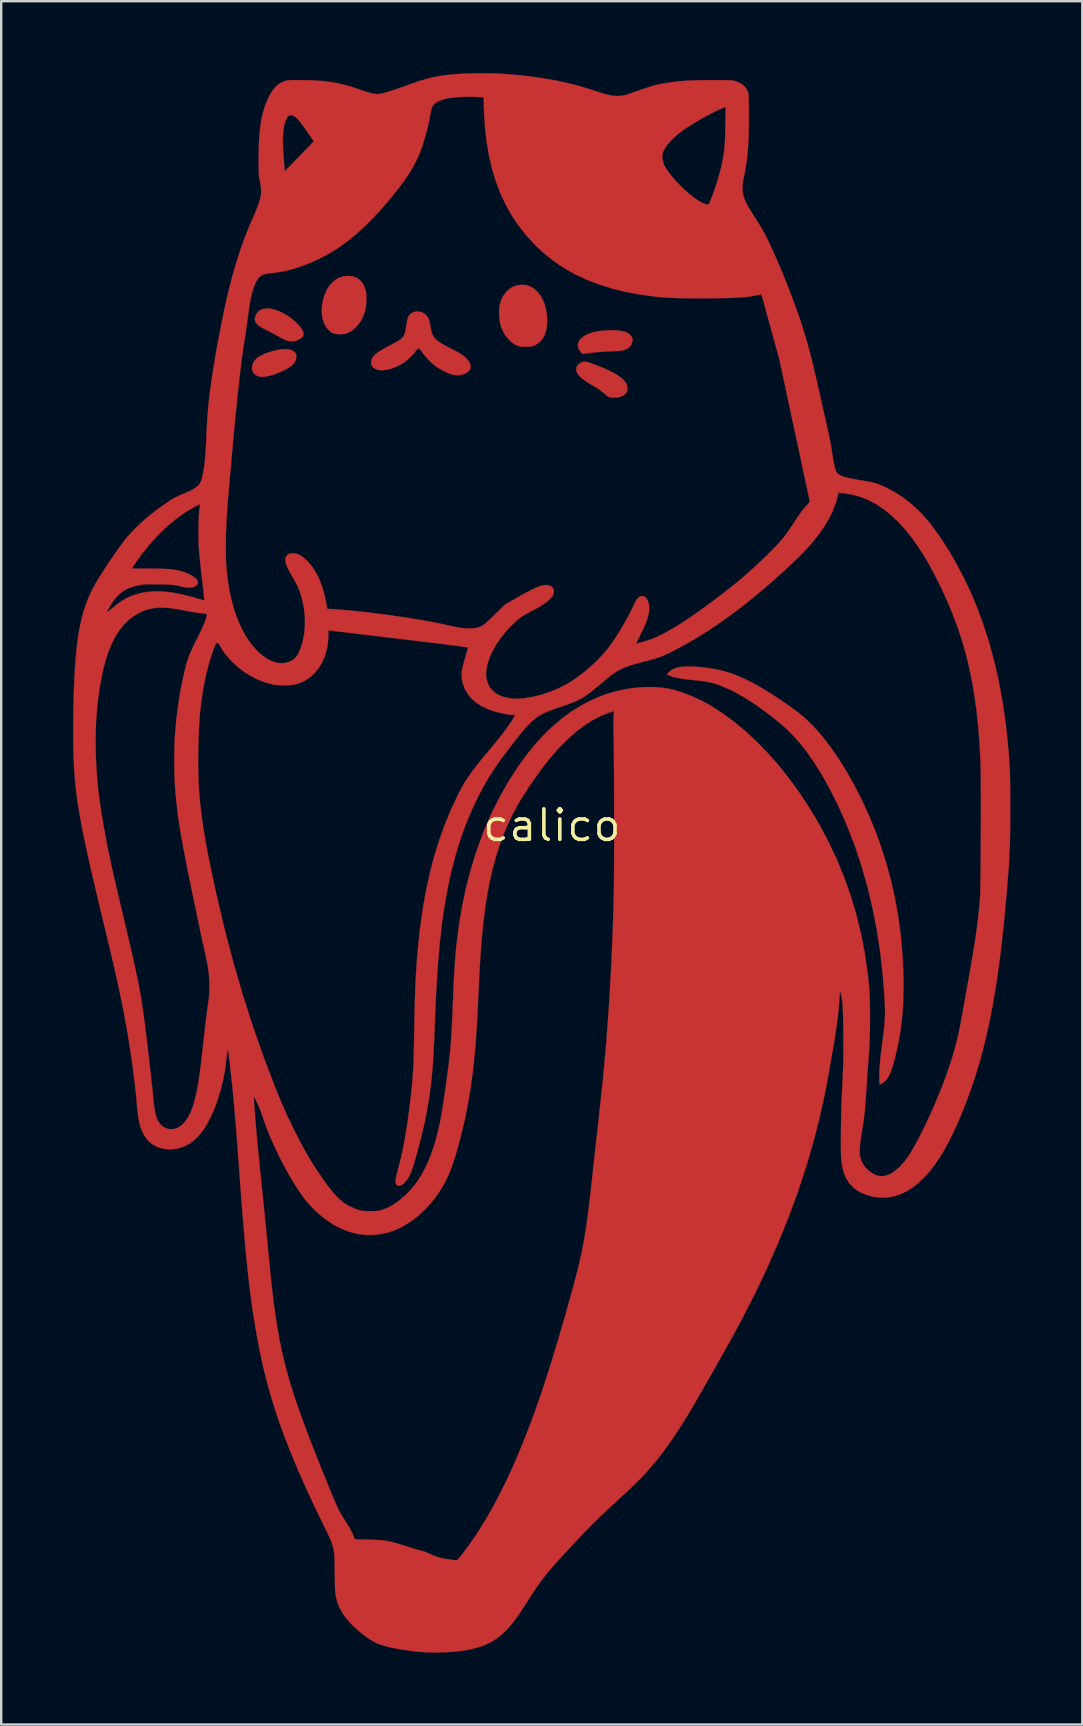
<source format=kicad_pcb>
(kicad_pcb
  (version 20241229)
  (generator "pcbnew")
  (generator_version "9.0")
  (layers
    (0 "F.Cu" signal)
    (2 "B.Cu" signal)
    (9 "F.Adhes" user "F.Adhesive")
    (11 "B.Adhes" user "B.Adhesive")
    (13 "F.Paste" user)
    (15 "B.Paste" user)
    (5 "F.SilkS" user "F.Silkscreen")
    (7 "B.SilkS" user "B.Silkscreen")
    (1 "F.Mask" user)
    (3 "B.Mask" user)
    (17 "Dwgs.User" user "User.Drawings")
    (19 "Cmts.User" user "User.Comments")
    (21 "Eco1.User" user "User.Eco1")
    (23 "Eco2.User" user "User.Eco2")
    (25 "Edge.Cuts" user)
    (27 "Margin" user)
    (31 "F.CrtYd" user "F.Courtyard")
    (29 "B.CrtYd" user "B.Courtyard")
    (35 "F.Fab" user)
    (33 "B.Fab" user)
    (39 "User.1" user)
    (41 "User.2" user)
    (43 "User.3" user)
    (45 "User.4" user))
  (footprint "calico"
    (layer "F.Cu")
    (at 19.949 31.35)
    (property "Reference" "calico" (at 0 0 0) (layer "F.SilkS") (effects (font (size 1.27 1.27) (thickness 0.15))))
    (attr through_hole)
    (fp_poly (pts (xy -11.034 -19.848) (xy -10.887 -19.824) (xy -10.775 -19.776) (xy -10.697 -19.705) (xy -10.655 -19.612) (xy -10.647 -19.534) (xy -10.665 -19.416) (xy -10.717 -19.306) (xy -10.805 -19.201) (xy -10.932 -19.1) (xy -11.099 -19) (xy -11.183 -18.957) (xy -11.404 -18.858) (xy -11.613 -18.782) (xy -11.807 -18.729) (xy -11.98 -18.701) (xy -12.129 -18.699) (xy -12.206 -18.71) (xy -12.27 -18.733) (xy -12.337 -18.767) (xy -12.343 -18.77) (xy -12.425 -18.843) (xy -12.475 -18.938) (xy -12.496 -19.046) (xy -12.486 -19.161) (xy -12.448 -19.275) (xy -12.381 -19.383) (xy -12.287 -19.476) (xy -12.276 -19.485) (xy -12.121 -19.581) (xy -11.938 -19.667) (xy -11.736 -19.74) (xy -11.527 -19.797) (xy -11.321 -19.835) (xy -11.131 -19.851) (xy -11.034 -19.848)) (stroke (width 0.01) (type solid)) (fill yes) (layer "F.Cu"))
    (fp_poly (pts (xy 2.718 -20.63) (xy 2.905 -20.608) (xy 3.058 -20.569) (xy 3.179 -20.514) (xy 3.271 -20.44) (xy 3.322 -20.374) (xy 3.36 -20.276) (xy 3.361 -20.17) (xy 3.328 -20.064) (xy 3.265 -19.967) (xy 3.178 -19.891) (xy 3.115 -19.853) (xy 3.05 -19.824) (xy 2.976 -19.802) (xy 2.885 -19.786) (xy 2.772 -19.774) (xy 2.629 -19.767) (xy 2.477 -19.761) (xy 2.292 -19.754) (xy 2.087 -19.74) (xy 1.876 -19.722) (xy 1.67 -19.701) (xy 1.481 -19.678) (xy 1.329 -19.654) (xy 1.284 -19.656) (xy 1.242 -19.683) (xy 1.215 -19.712) (xy 1.132 -19.834) (xy 1.09 -19.952) (xy 1.086 -20.064) (xy 1.119 -20.171) (xy 1.187 -20.27) (xy 1.288 -20.359) (xy 1.421 -20.439) (xy 1.583 -20.507) (xy 1.774 -20.562) (xy 1.99 -20.603) (xy 2.231 -20.629) (xy 2.493 -20.637) (xy 2.718 -20.63)) (stroke (width 0.01) (type solid)) (fill yes) (layer "F.Cu"))
    (fp_poly (pts (xy -11.666 -21.525) (xy -11.591 -21.507) (xy -11.421 -21.45) (xy -11.248 -21.373) (xy -11.079 -21.279) (xy -10.916 -21.173) (xy -10.766 -21.058) (xy -10.632 -20.939) (xy -10.518 -20.819) (xy -10.431 -20.701) (xy -10.373 -20.59) (xy -10.351 -20.489) (xy -10.351 -20.481) (xy -10.357 -20.423) (xy -10.38 -20.376) (xy -10.43 -20.322) (xy -10.431 -20.321) (xy -10.534 -20.249) (xy -10.662 -20.199) (xy -10.8 -20.175) (xy -10.935 -20.179) (xy -10.975 -20.187) (xy -11.056 -20.214) (xy -11.162 -20.26) (xy -11.285 -20.32) (xy -11.415 -20.39) (xy -11.441 -20.405) (xy -11.535 -20.457) (xy -11.652 -20.52) (xy -11.779 -20.585) (xy -11.9 -20.646) (xy -11.91 -20.651) (xy -12.081 -20.742) (xy -12.212 -20.829) (xy -12.304 -20.915) (xy -12.359 -21.003) (xy -12.379 -21.096) (xy -12.364 -21.197) (xy -12.318 -21.307) (xy -12.305 -21.33) (xy -12.227 -21.427) (xy -12.12 -21.495) (xy -11.988 -21.535) (xy -11.835 -21.546) (xy -11.666 -21.525)) (stroke (width 0.01) (type solid)) (fill yes) (layer "F.Cu"))
    (fp_poly (pts (xy -8.299 -22.883) (xy -8.144 -22.828) (xy -8.011 -22.737) (xy -7.9 -22.613) (xy -7.814 -22.456) (xy -7.754 -22.27) (xy -7.746 -22.23) (xy -7.734 -22.13) (xy -7.729 -22.001) (xy -7.732 -21.858) (xy -7.74 -21.713) (xy -7.755 -21.579) (xy -7.774 -21.47) (xy -7.779 -21.452) (xy -7.853 -21.238) (xy -7.954 -21.039) (xy -8.077 -20.862) (xy -8.218 -20.712) (xy -8.373 -20.596) (xy -8.441 -20.559) (xy -8.52 -20.521) (xy -8.585 -20.497) (xy -8.649 -20.484) (xy -8.729 -20.477) (xy -8.803 -20.475) (xy -8.934 -20.475) (xy -9.032 -20.485) (xy -9.096 -20.502) (xy -9.16 -20.534) (xy -9.236 -20.585) (xy -9.291 -20.63) (xy -9.401 -20.756) (xy -9.485 -20.91) (xy -9.544 -21.087) (xy -9.579 -21.28) (xy -9.589 -21.484) (xy -9.574 -21.694) (xy -9.536 -21.904) (xy -9.474 -22.108) (xy -9.389 -22.3) (xy -9.281 -22.476) (xy -9.183 -22.596) (xy -9.034 -22.73) (xy -8.871 -22.824) (xy -8.692 -22.881) (xy -8.493 -22.902) (xy -8.473 -22.902) (xy -8.299 -22.883)) (stroke (width 0.01) (type solid)) (fill yes) (layer "F.Cu"))
    (fp_poly (pts (xy -1.044 -22.512) (xy -0.875 -22.45) (xy -0.716 -22.348) (xy -0.595 -22.233) (xy -0.451 -22.045) (xy -0.339 -21.828) (xy -0.258 -21.585) (xy -0.21 -21.316) (xy -0.197 -21.135) (xy -0.201 -20.878) (xy -0.234 -20.65) (xy -0.296 -20.451) (xy -0.387 -20.284) (xy -0.505 -20.147) (xy -0.652 -20.041) (xy -0.69 -20.021) (xy -0.76 -19.989) (xy -0.819 -19.968) (xy -0.884 -19.956) (xy -0.967 -19.95) (xy -1.044 -19.947) (xy -1.145 -19.946) (xy -1.24 -19.95) (xy -1.315 -19.956) (xy -1.342 -19.961) (xy -1.503 -20.023) (xy -1.658 -20.121) (xy -1.801 -20.252) (xy -1.929 -20.41) (xy -2.037 -20.591) (xy -2.119 -20.788) (xy -2.138 -20.85) (xy -2.165 -20.971) (xy -2.185 -21.118) (xy -2.196 -21.276) (xy -2.199 -21.432) (xy -2.193 -21.571) (xy -2.181 -21.658) (xy -2.122 -21.87) (xy -2.034 -22.058) (xy -1.918 -22.218) (xy -1.903 -22.234) (xy -1.773 -22.354) (xy -1.637 -22.44) (xy -1.481 -22.497) (xy -1.413 -22.513) (xy -1.224 -22.533) (xy -1.044 -22.512)) (stroke (width 0.01) (type solid)) (fill yes) (layer "F.Cu"))
    (fp_poly (pts (xy 1.416 -19.32) (xy 1.503 -19.302) (xy 1.611 -19.27) (xy 1.744 -19.223) (xy 1.907 -19.16) (xy 2.064 -19.097) (xy 2.334 -18.981) (xy 2.563 -18.867) (xy 2.752 -18.756) (xy 2.904 -18.645) (xy 3.018 -18.535) (xy 3.097 -18.423) (xy 3.142 -18.309) (xy 3.154 -18.207) (xy 3.139 -18.102) (xy 3.092 -18.015) (xy 3.008 -17.941) (xy 2.935 -17.898) (xy 2.862 -17.865) (xy 2.795 -17.844) (xy 2.716 -17.833) (xy 2.628 -17.828) (xy 2.511 -17.828) (xy 2.427 -17.837) (xy 2.375 -17.853) (xy 2.326 -17.883) (xy 2.261 -17.933) (xy 2.19 -17.995) (xy 2.174 -18.011) (xy 2.078 -18.092) (xy 1.952 -18.181) (xy 1.807 -18.271) (xy 1.784 -18.284) (xy 1.571 -18.41) (xy 1.395 -18.526) (xy 1.255 -18.631) (xy 1.149 -18.729) (xy 1.075 -18.821) (xy 1.03 -18.909) (xy 1.013 -18.996) (xy 1.012 -19.006) (xy 1.026 -19.095) (xy 1.074 -19.174) (xy 1.159 -19.251) (xy 1.18 -19.266) (xy 1.232 -19.296) (xy 1.285 -19.316) (xy 1.345 -19.324) (xy 1.416 -19.32)) (stroke (width 0.01) (type solid)) (fill yes) (layer "F.Cu"))
    (fp_poly (pts (xy -5.535 -21.415) (xy -5.41 -21.38) (xy -5.296 -21.314) (xy -5.2 -21.222) (xy -5.129 -21.106) (xy -5.113 -21.062) (xy -5.096 -20.998) (xy -5.077 -20.908) (xy -5.058 -20.805) (xy -5.05 -20.749) (xy -5.026 -20.617) (xy -4.993 -20.503) (xy -4.948 -20.403) (xy -4.886 -20.313) (xy -4.803 -20.229) (xy -4.696 -20.146) (xy -4.561 -20.06) (xy -4.392 -19.967) (xy -4.233 -19.886) (xy -4.066 -19.801) (xy -3.93 -19.729) (xy -3.822 -19.667) (xy -3.734 -19.61) (xy -3.66 -19.555) (xy -3.594 -19.499) (xy -3.57 -19.477) (xy -3.468 -19.359) (xy -3.406 -19.245) (xy -3.383 -19.137) (xy -3.4 -19.036) (xy -3.457 -18.945) (xy -3.554 -18.867) (xy -3.605 -18.839) (xy -3.771 -18.78) (xy -3.946 -18.762) (xy -4.125 -18.783) (xy -4.137 -18.786) (xy -4.261 -18.827) (xy -4.405 -18.888) (xy -4.557 -18.963) (xy -4.705 -19.047) (xy -4.835 -19.133) (xy -4.861 -19.153) (xy -5.044 -19.307) (xy -5.217 -19.484) (xy -5.367 -19.669) (xy -5.41 -19.73) (xy -5.471 -19.816) (xy -5.521 -19.864) (xy -5.565 -19.875) (xy -5.61 -19.849) (xy -5.662 -19.788) (xy -5.682 -19.76) (xy -5.77 -19.649) (xy -5.884 -19.529) (xy -6.013 -19.411) (xy -6.144 -19.307) (xy -6.258 -19.231) (xy -6.444 -19.133) (xy -6.627 -19.058) (xy -6.802 -19.006) (xy -6.966 -18.977) (xy -7.116 -18.971) (xy -7.248 -18.986) (xy -7.359 -19.023) (xy -7.445 -19.082) (xy -7.503 -19.163) (xy -7.529 -19.264) (xy -7.529 -19.33) (xy -7.514 -19.41) (xy -7.482 -19.485) (xy -7.429 -19.559) (xy -7.352 -19.635) (xy -7.248 -19.714) (xy -7.114 -19.801) (xy -6.947 -19.897) (xy -6.751 -20.002) (xy -6.628 -20.067) (xy -6.512 -20.132) (xy -6.41 -20.192) (xy -6.33 -20.242) (xy -6.281 -20.278) (xy -6.279 -20.279) (xy -6.215 -20.346) (xy -6.164 -20.424) (xy -6.125 -20.519) (xy -6.095 -20.641) (xy -6.069 -20.797) (xy -6.066 -20.824) (xy -6.041 -20.985) (xy -6.013 -21.11) (xy -5.978 -21.205) (xy -5.933 -21.277) (xy -5.875 -21.332) (xy -5.8 -21.375) (xy -5.789 -21.381) (xy -5.664 -21.416) (xy -5.535 -21.415)) (stroke (width 0.01) (type solid)) (fill yes) (layer "F.Cu"))
    (fp_poly (pts (xy 5.889 -6.62) (xy 6.155 -6.602) (xy 6.255 -6.593) (xy 6.568 -6.555) (xy 6.871 -6.502) (xy 7.168 -6.431) (xy 7.463 -6.341) (xy 7.759 -6.23) (xy 8.063 -6.096) (xy 8.376 -5.938) (xy 8.705 -5.754) (xy 9.053 -5.542) (xy 9.424 -5.301) (xy 9.493 -5.254) (xy 9.725 -5.096) (xy 9.926 -4.956) (xy 10.101 -4.83) (xy 10.255 -4.713) (xy 10.393 -4.603) (xy 10.521 -4.495) (xy 10.604 -4.421) (xy 10.882 -4.151) (xy 11.161 -3.842) (xy 11.441 -3.497) (xy 11.718 -3.12) (xy 11.992 -2.714) (xy 12.26 -2.282) (xy 12.521 -1.828) (xy 12.772 -1.354) (xy 13.011 -0.865) (xy 13.237 -0.363) (xy 13.448 0.149) (xy 13.642 0.667) (xy 13.705 0.848) (xy 13.937 1.576) (xy 14.134 2.301) (xy 14.299 3.03) (xy 14.431 3.767) (xy 14.533 4.52) (xy 14.605 5.292) (xy 14.647 6.076) (xy 14.658 6.726) (xy 14.643 7.346) (xy 14.603 7.941) (xy 14.536 8.513) (xy 14.443 9.067) (xy 14.322 9.608) (xy 14.267 9.817) (xy 14.206 10.03) (xy 14.148 10.206) (xy 14.091 10.35) (xy 14.033 10.466) (xy 13.971 10.56) (xy 13.926 10.615) (xy 13.867 10.671) (xy 13.799 10.724) (xy 13.734 10.767) (xy 13.682 10.792) (xy 13.665 10.795) (xy 13.66 10.775) (xy 13.655 10.723) (xy 13.65 10.648) (xy 13.649 10.61) (xy 13.647 10.408) (xy 13.655 10.177) (xy 13.674 9.914) (xy 13.703 9.617) (xy 13.743 9.282) (xy 13.757 9.176) (xy 13.793 8.907) (xy 13.822 8.674) (xy 13.845 8.47) (xy 13.862 8.288) (xy 13.875 8.122) (xy 13.882 7.964) (xy 13.885 7.81) (xy 13.884 7.652) (xy 13.879 7.483) (xy 13.87 7.298) (xy 13.864 7.183) (xy 13.791 6.22) (xy 13.684 5.275) (xy 13.542 4.351) (xy 13.366 3.448) (xy 13.156 2.566) (xy 12.912 1.708) (xy 12.635 0.873) (xy 12.324 0.063) (xy 11.981 -0.721) (xy 11.854 -0.987) (xy 11.57 -1.545) (xy 11.281 -2.062) (xy 10.988 -2.538) (xy 10.691 -2.973) (xy 10.389 -3.367) (xy 10.083 -3.719) (xy 9.774 -4.029) (xy 9.721 -4.076) (xy 9.602 -4.181) (xy 9.455 -4.303) (xy 9.289 -4.437) (xy 9.112 -4.576) (xy 8.93 -4.715) (xy 8.753 -4.847) (xy 8.678 -4.901) (xy 8.34 -5.134) (xy 8.003 -5.344) (xy 7.671 -5.531) (xy 7.35 -5.69) (xy 7.045 -5.819) (xy 6.802 -5.904) (xy 6.683 -5.938) (xy 6.559 -5.967) (xy 6.422 -5.993) (xy 6.266 -6.016) (xy 6.082 -6.039) (xy 5.865 -6.061) (xy 5.831 -6.065) (xy 5.697 -6.079) (xy 5.562 -6.094) (xy 5.44 -6.11) (xy 5.341 -6.124) (xy 5.302 -6.131) (xy 5.207 -6.151) (xy 5.106 -6.177) (xy 5.007 -6.206) (xy 4.92 -6.234) (xy 4.852 -6.26) (xy 4.812 -6.28) (xy 4.805 -6.289) (xy 4.821 -6.324) (xy 4.864 -6.373) (xy 4.923 -6.427) (xy 4.99 -6.478) (xy 5.036 -6.506) (xy 5.153 -6.556) (xy 5.293 -6.593) (xy 5.461 -6.615) (xy 5.658 -6.624) (xy 5.889 -6.62)) (stroke (width 0.01) (type solid)) (fill yes) (layer "F.Cu"))
    (fp_poly (pts (xy -2.51 -31.341) (xy -2.174 -31.329) (xy -1.835 -31.307) (xy -1.481 -31.277) (xy -1.323 -31.261) (xy -0.773 -31.197) (xy -0.257 -31.121) (xy 0.232 -31.033) (xy 0.701 -30.929) (xy 1.156 -30.811) (xy 1.604 -30.675) (xy 1.743 -30.629) (xy 1.966 -30.555) (xy 2.156 -30.498) (xy 2.319 -30.455) (xy 2.461 -30.425) (xy 2.587 -30.407) (xy 2.703 -30.399) (xy 2.806 -30.401) (xy 2.884 -30.406) (xy 2.956 -30.416) (xy 3.031 -30.432) (xy 3.119 -30.456) (xy 3.229 -30.492) (xy 3.345 -30.532) (xy 3.559 -30.607) (xy 3.738 -30.668) (xy 3.886 -30.719) (xy 4.009 -30.76) (xy 4.112 -30.793) (xy 4.199 -30.819) (xy 4.276 -30.841) (xy 4.347 -30.858) (xy 4.417 -30.874) (xy 4.491 -30.888) (xy 4.498 -30.89) (xy 4.723 -30.931) (xy 4.938 -30.966) (xy 5.149 -30.994) (xy 5.363 -31.017) (xy 5.586 -31.034) (xy 5.825 -31.047) (xy 6.088 -31.055) (xy 6.379 -31.06) (xy 6.678 -31.061) (xy 6.89 -31.061) (xy 7.065 -31.061) (xy 7.206 -31.06) (xy 7.318 -31.058) (xy 7.407 -31.055) (xy 7.475 -31.051) (xy 7.529 -31.045) (xy 7.572 -31.038) (xy 7.609 -31.029) (xy 7.63 -31.023) (xy 7.809 -30.955) (xy 7.951 -30.87) (xy 8.062 -30.765) (xy 8.144 -30.638) (xy 8.153 -30.618) (xy 8.166 -30.59) (xy 8.175 -30.563) (xy 8.184 -30.532) (xy 8.19 -30.492) (xy 8.195 -30.439) (xy 8.199 -30.369) (xy 8.202 -30.278) (xy 8.204 -30.161) (xy 8.206 -30.013) (xy 8.208 -29.832) (xy 8.209 -29.654) (xy 8.209 -29.231) (xy 8.203 -28.844) (xy 8.19 -28.49) (xy 8.169 -28.164) (xy 8.141 -27.861) (xy 8.104 -27.576) (xy 8.059 -27.305) (xy 8.013 -27.077) (xy 7.974 -26.884) (xy 7.95 -26.714) (xy 7.941 -26.558) (xy 7.949 -26.411) (xy 7.976 -26.267) (xy 8.023 -26.12) (xy 8.091 -25.963) (xy 8.182 -25.791) (xy 8.298 -25.596) (xy 8.402 -25.431) (xy 8.53 -25.232) (xy 8.637 -25.06) (xy 8.729 -24.908) (xy 8.81 -24.768) (xy 8.883 -24.633) (xy 8.954 -24.495) (xy 9.027 -24.347) (xy 9.06 -24.277) (xy 9.199 -23.977) (xy 9.346 -23.648) (xy 9.495 -23.302) (xy 9.641 -22.951) (xy 9.78 -22.607) (xy 9.88 -22.352) (xy 10.006 -22.02) (xy 10.121 -21.711) (xy 10.227 -21.419) (xy 10.324 -21.139) (xy 10.415 -20.868) (xy 10.501 -20.599) (xy 10.583 -20.327) (xy 10.662 -20.049) (xy 10.741 -19.759) (xy 10.819 -19.452) (xy 10.9 -19.124) (xy 10.984 -18.769) (xy 11.073 -18.382) (xy 11.168 -17.959) (xy 11.175 -17.928) (xy 11.222 -17.719) (xy 11.272 -17.494) (xy 11.324 -17.263) (xy 11.376 -17.036) (xy 11.424 -16.824) (xy 11.466 -16.638) (xy 11.483 -16.563) (xy 11.522 -16.389) (xy 11.559 -16.21) (xy 11.595 -16.034) (xy 11.625 -15.872) (xy 11.649 -15.734) (xy 11.663 -15.642) (xy 11.7 -15.392) (xy 11.735 -15.182) (xy 11.771 -15.01) (xy 11.807 -14.873) (xy 11.843 -14.771) (xy 11.881 -14.699) (xy 11.9 -14.675) (xy 11.956 -14.627) (xy 12.033 -14.583) (xy 12.134 -14.542) (xy 12.263 -14.502) (xy 12.423 -14.464) (xy 12.618 -14.426) (xy 12.85 -14.387) (xy 12.939 -14.373) (xy 13.133 -14.342) (xy 13.295 -14.311) (xy 13.437 -14.276) (xy 13.568 -14.235) (xy 13.7 -14.185) (xy 13.843 -14.122) (xy 13.938 -14.078) (xy 14.323 -13.871) (xy 14.689 -13.63) (xy 15.036 -13.353) (xy 15.367 -13.039) (xy 15.683 -12.686) (xy 15.893 -12.418) (xy 16.229 -11.943) (xy 16.555 -11.434) (xy 16.867 -10.896) (xy 17.162 -10.336) (xy 17.436 -9.761) (xy 17.685 -9.177) (xy 17.69 -9.165) (xy 17.974 -8.402) (xy 18.227 -7.611) (xy 18.449 -6.792) (xy 18.639 -5.944) (xy 18.798 -5.067) (xy 18.925 -4.163) (xy 19.021 -3.23) (xy 19.027 -3.154) (xy 19.042 -2.964) (xy 19.055 -2.79) (xy 19.067 -2.627) (xy 19.076 -2.469) (xy 19.083 -2.311) (xy 19.089 -2.149) (xy 19.094 -1.977) (xy 19.098 -1.79) (xy 19.1 -1.583) (xy 19.102 -1.35) (xy 19.103 -1.087) (xy 19.103 -0.788) (xy 19.103 -0.699) (xy 19.103 -0.384) (xy 19.102 -0.099) (xy 19.1 0.161) (xy 19.097 0.402) (xy 19.092 0.629) (xy 19.086 0.847) (xy 19.077 1.062) (xy 19.067 1.278) (xy 19.054 1.501) (xy 19.039 1.737) (xy 19.02 1.99) (xy 18.999 2.265) (xy 18.974 2.569) (xy 18.945 2.905) (xy 18.922 3.175) (xy 18.846 3.989) (xy 18.765 4.763) (xy 18.677 5.501) (xy 18.582 6.204) (xy 18.479 6.875) (xy 18.368 7.517) (xy 18.249 8.133) (xy 18.12 8.724) (xy 17.981 9.293) (xy 17.832 9.844) (xy 17.672 10.378) (xy 17.501 10.898) (xy 17.318 11.407) (xy 17.122 11.907) (xy 16.939 12.34) (xy 16.737 12.785) (xy 16.536 13.19) (xy 16.336 13.557) (xy 16.133 13.888) (xy 15.928 14.186) (xy 15.718 14.452) (xy 15.502 14.688) (xy 15.279 14.897) (xy 15.085 15.053) (xy 14.818 15.229) (xy 14.546 15.363) (xy 14.269 15.456) (xy 13.99 15.506) (xy 13.707 15.515) (xy 13.423 15.482) (xy 13.137 15.406) (xy 12.851 15.288) (xy 12.848 15.287) (xy 12.684 15.187) (xy 12.529 15.055) (xy 12.391 14.901) (xy 12.282 14.735) (xy 12.259 14.69) (xy 12.179 14.493) (xy 12.118 14.273) (xy 12.073 14.022) (xy 12.063 13.943) (xy 12.057 13.863) (xy 12.053 13.747) (xy 12.049 13.597) (xy 12.047 13.42) (xy 12.047 13.22) (xy 12.047 13.002) (xy 12.049 12.77) (xy 12.052 12.53) (xy 12.056 12.286) (xy 12.061 12.043) (xy 12.067 11.807) (xy 12.074 11.581) (xy 12.082 11.371) (xy 12.091 11.181) (xy 12.095 11.095) (xy 12.106 10.899) (xy 12.116 10.677) (xy 12.126 10.441) (xy 12.135 10.206) (xy 12.143 9.987) (xy 12.146 9.867) (xy 12.15 9.688) (xy 12.152 9.49) (xy 12.153 9.275) (xy 12.153 9.051) (xy 12.152 8.82) (xy 12.15 8.59) (xy 12.147 8.364) (xy 12.143 8.148) (xy 12.138 7.946) (xy 12.132 7.764) (xy 12.126 7.607) (xy 12.119 7.48) (xy 12.112 7.387) (xy 12.108 7.355) (xy 12.093 7.258) (xy 12.075 7.159) (xy 12.056 7.066) (xy 12.038 6.987) (xy 12.023 6.931) (xy 12.013 6.905) (xy 12.011 6.905) (xy 12.007 6.928) (xy 12.002 6.985) (xy 11.995 7.072) (xy 11.987 7.18) (xy 11.98 7.293) (xy 11.954 7.632) (xy 11.914 8.004) (xy 11.861 8.405) (xy 11.797 8.826) (xy 11.779 8.936) (xy 11.734 9.201) (xy 11.687 9.473) (xy 11.64 9.745) (xy 11.593 10.013) (xy 11.547 10.271) (xy 11.504 10.513) (xy 11.463 10.734) (xy 11.427 10.929) (xy 11.396 11.092) (xy 11.375 11.197) (xy 11.149 12.22) (xy 10.886 13.243) (xy 10.584 14.268) (xy 10.244 15.296) (xy 9.865 16.328) (xy 9.447 17.365) (xy 8.989 18.408) (xy 8.491 19.459) (xy 7.952 20.518) (xy 7.73 20.934) (xy 7.651 21.08) (xy 7.555 21.255) (xy 7.445 21.454) (xy 7.323 21.673) (xy 7.191 21.908) (xy 7.053 22.155) (xy 6.909 22.41) (xy 6.763 22.669) (xy 6.616 22.927) (xy 6.472 23.182) (xy 6.331 23.428) (xy 6.197 23.662) (xy 6.072 23.88) (xy 5.958 24.078) (xy 5.858 24.251) (xy 5.772 24.396) (xy 5.705 24.508) (xy 5.697 24.522) (xy 5.405 24.992) (xy 5.123 25.424) (xy 4.849 25.821) (xy 4.581 26.186) (xy 4.317 26.521) (xy 4.054 26.83) (xy 3.922 26.977) (xy 3.82 27.086) (xy 3.717 27.194) (xy 3.609 27.304) (xy 3.493 27.419) (xy 3.364 27.544) (xy 3.218 27.682) (xy 3.052 27.837) (xy 2.862 28.013) (xy 2.667 28.193) (xy 2.406 28.434) (xy 2.171 28.654) (xy 1.954 28.862) (xy 1.748 29.064) (xy 1.546 29.267) (xy 1.341 29.478) (xy 1.125 29.705) (xy 0.945 29.898) (xy 0.715 30.145) (xy 0.512 30.364) (xy 0.332 30.561) (xy 0.173 30.738) (xy 0.03 30.899) (xy -0.098 31.049) (xy -0.215 31.19) (xy -0.324 31.327) (xy -0.428 31.463) (xy -0.529 31.602) (xy -0.631 31.748) (xy -0.737 31.905) (xy -0.85 32.076) (xy -0.972 32.265) (xy -1.09 32.448) (xy -1.251 32.698) (xy -1.397 32.914) (xy -1.531 33.101) (xy -1.656 33.264) (xy -1.775 33.408) (xy -1.893 33.537) (xy -1.947 33.592) (xy -2.159 33.784) (xy -2.386 33.948) (xy -2.631 34.085) (xy -2.901 34.199) (xy -3.2 34.292) (xy -3.464 34.353) (xy -3.736 34.398) (xy -4.039 34.433) (xy -4.361 34.457) (xy -4.693 34.469) (xy -5.024 34.468) (xy -5.264 34.459) (xy -5.534 34.439) (xy -5.811 34.41) (xy -6.088 34.373) (xy -6.357 34.329) (xy -6.613 34.28) (xy -6.848 34.227) (xy -7.056 34.17) (xy -7.23 34.111) (xy -7.27 34.096) (xy -7.418 34.023) (xy -7.586 33.923) (xy -7.765 33.799) (xy -7.949 33.657) (xy -8.13 33.503) (xy -8.303 33.341) (xy -8.371 33.271) (xy -8.57 33.047) (xy -8.73 32.824) (xy -8.853 32.598) (xy -8.944 32.362) (xy -9.005 32.11) (xy -9.029 31.941) (xy -9.032 31.887) (xy -9.036 31.796) (xy -9.039 31.676) (xy -9.043 31.532) (xy -9.045 31.371) (xy -9.047 31.199) (xy -9.048 31.105) (xy -9.05 30.873) (xy -9.053 30.676) (xy -9.059 30.507) (xy -9.07 30.359) (xy -9.087 30.227) (xy -9.111 30.102) (xy -9.145 29.98) (xy -9.19 29.853) (xy -9.247 29.715) (xy -9.318 29.559) (xy -9.404 29.379) (xy -9.508 29.169) (xy -9.519 29.146) (xy -9.865 28.434) (xy -10.185 27.751) (xy -10.479 27.094) (xy -10.75 26.46) (xy -10.997 25.848) (xy -11.223 25.253) (xy -11.428 24.673) (xy -11.612 24.105) (xy -11.778 23.546) (xy -11.926 22.993) (xy -12.058 22.443) (xy -12.159 21.97) (xy -12.223 21.643) (xy -12.284 21.319) (xy -12.342 20.996) (xy -12.396 20.672) (xy -12.448 20.343) (xy -12.498 20.006) (xy -12.545 19.659) (xy -12.591 19.299) (xy -12.636 18.923) (xy -12.679 18.528) (xy -12.722 18.113) (xy -12.764 17.673) (xy -12.807 17.206) (xy -12.849 16.709) (xy -12.892 16.18) (xy -12.936 15.616) (xy -12.982 15.014) (xy -13.007 14.668) (xy -13.041 14.202) (xy -13.072 13.774) (xy -13.102 13.382) (xy -13.129 13.022) (xy -13.155 12.692) (xy -13.179 12.387) (xy -13.203 12.105) (xy -13.225 11.843) (xy -13.247 11.596) (xy -13.268 11.363) (xy -13.27 11.35) (xy -12.423 11.35) (xy -12.422 11.38) (xy -12.42 11.427) (xy -12.415 11.494) (xy -12.409 11.586) (xy -12.4 11.706) (xy -12.388 11.858) (xy -12.373 12.046) (xy -12.36 12.213) (xy -12.347 12.38) (xy -12.334 12.543) (xy -12.32 12.704) (xy -12.306 12.869) (xy -12.29 13.042) (xy -12.273 13.225) (xy -12.254 13.425) (xy -12.232 13.643) (xy -12.208 13.886) (xy -12.181 14.157) (xy -12.15 14.459) (xy -12.115 14.797) (xy -12.097 14.975) (xy -12.068 15.258) (xy -12.036 15.57) (xy -12.003 15.9) (xy -11.969 16.239) (xy -11.935 16.578) (xy -11.903 16.905) (xy -11.873 17.211) (xy -11.847 17.486) (xy -11.843 17.526) (xy -11.804 17.931) (xy -11.768 18.298) (xy -11.734 18.63) (xy -11.703 18.932) (xy -11.673 19.207) (xy -11.645 19.459) (xy -11.617 19.692) (xy -11.59 19.91) (xy -11.562 20.117) (xy -11.534 20.316) (xy -11.525 20.384) (xy -11.472 20.731) (xy -11.416 21.068) (xy -11.357 21.396) (xy -11.293 21.717) (xy -11.224 22.036) (xy -11.148 22.355) (xy -11.066 22.677) (xy -10.975 23.005) (xy -10.875 23.342) (xy -10.766 23.69) (xy -10.645 24.053) (xy -10.513 24.434) (xy -10.368 24.834) (xy -10.21 25.258) (xy -10.038 25.709) (xy -9.85 26.188) (xy -9.647 26.7) (xy -9.426 27.247) (xy -9.393 27.326) (xy -9.293 27.572) (xy -9.207 27.783) (xy -9.133 27.963) (xy -9.07 28.115) (xy -9.015 28.243) (xy -8.967 28.352) (xy -8.924 28.445) (xy -8.884 28.527) (xy -8.845 28.6) (xy -8.806 28.669) (xy -8.765 28.739) (xy -8.72 28.812) (xy -8.668 28.893) (xy -8.655 28.914) (xy -8.549 29.083) (xy -8.453 29.244) (xy -8.37 29.392) (xy -8.304 29.52) (xy -8.256 29.624) (xy -8.236 29.678) (xy -8.212 29.754) (xy -7.656 29.767) (xy -7.446 29.773) (xy -7.265 29.781) (xy -7.107 29.792) (xy -6.963 29.808) (xy -6.824 29.83) (xy -6.683 29.861) (xy -6.531 29.9) (xy -6.361 29.95) (xy -6.163 30.012) (xy -6.032 30.054) (xy -5.898 30.097) (xy -5.767 30.137) (xy -5.646 30.172) (xy -5.548 30.199) (xy -5.485 30.214) (xy -5.4 30.237) (xy -5.292 30.273) (xy -5.179 30.318) (xy -5.104 30.35) (xy -4.931 30.426) (xy -4.777 30.483) (xy -4.628 30.526) (xy -4.466 30.56) (xy -4.391 30.573) (xy -4.246 30.596) (xy -4.136 30.613) (xy -4.054 30.622) (xy -3.993 30.621) (xy -3.946 30.608) (xy -3.907 30.582) (xy -3.867 30.54) (xy -3.82 30.482) (xy -3.769 30.417) (xy -3.456 30.003) (xy -3.143 29.549) (xy -2.833 29.057) (xy -2.526 28.531) (xy -2.225 27.972) (xy -1.93 27.383) (xy -1.643 26.766) (xy -1.501 26.443) (xy -1.314 26.001) (xy -1.13 25.547) (xy -0.948 25.078) (xy -0.767 24.593) (xy -0.587 24.088) (xy -0.406 23.56) (xy -0.224 23.008) (xy -0.039 22.428) (xy 0.148 21.818) (xy 0.34 21.175) (xy 0.536 20.497) (xy 0.738 19.782) (xy 0.844 19.399) (xy 0.939 19.05) (xy 1.024 18.723) (xy 1.102 18.412) (xy 1.172 18.112) (xy 1.237 17.818) (xy 1.296 17.524) (xy 1.35 17.226) (xy 1.401 16.919) (xy 1.45 16.596) (xy 1.498 16.253) (xy 1.545 15.884) (xy 1.592 15.484) (xy 1.641 15.049) (xy 1.65 14.965) (xy 1.692 14.583) (xy 1.734 14.195) (xy 1.777 13.807) (xy 1.819 13.426) (xy 1.86 13.06) (xy 1.899 12.714) (xy 1.935 12.396) (xy 1.967 12.113) (xy 1.968 12.101) (xy 2.132 10.565) (xy 2.271 9.019) (xy 2.385 7.457) (xy 2.476 5.875) (xy 2.543 4.266) (xy 2.584 2.773) (xy 2.587 2.606) (xy 2.589 2.401) (xy 2.591 2.161) (xy 2.593 1.891) (xy 2.594 1.593) (xy 2.596 1.272) (xy 2.596 0.932) (xy 2.597 0.576) (xy 2.597 0.208) (xy 2.596 -0.168) (xy 2.596 -0.548) (xy 2.595 -0.929) (xy 2.594 -1.306) (xy 2.592 -1.676) (xy 2.591 -2.035) (xy 2.589 -2.38) (xy 2.586 -2.705) (xy 2.584 -3.009) (xy 2.581 -3.286) (xy 2.578 -3.533) (xy 2.575 -3.746) (xy 2.571 -3.922) (xy 2.571 -3.958) (xy 2.568 -4.106) (xy 2.568 -4.25) (xy 2.569 -4.383) (xy 2.572 -4.494) (xy 2.578 -4.573) (xy 2.578 -4.583) (xy 2.587 -4.662) (xy 2.591 -4.724) (xy 2.592 -4.757) (xy 2.591 -4.76) (xy 2.569 -4.757) (xy 2.516 -4.742) (xy 2.439 -4.718) (xy 2.356 -4.689) (xy 2.013 -4.551) (xy 1.671 -4.371) (xy 1.33 -4.151) (xy 0.99 -3.89) (xy 0.649 -3.587) (xy 0.309 -3.243) (xy -0.032 -2.856) (xy -0.374 -2.428) (xy -0.441 -2.339) (xy -0.548 -2.192) (xy -0.669 -2.021) (xy -0.798 -1.833) (xy -0.93 -1.637) (xy -1.06 -1.441) (xy -1.182 -1.251) (xy -1.292 -1.077) (xy -1.384 -0.925) (xy -1.417 -0.868) (xy -1.686 -0.362) (xy -1.93 0.172) (xy -2.144 0.724) (xy -2.317 1.259) (xy -2.415 1.607) (xy -2.504 1.959) (xy -2.585 2.318) (xy -2.659 2.689) (xy -2.725 3.074) (xy -2.785 3.476) (xy -2.839 3.9) (xy -2.888 4.349) (xy -2.931 4.826) (xy -2.97 5.334) (xy -3.004 5.878) (xy -3.035 6.46) (xy -3.037 6.498) (xy -3.047 6.704) (xy -3.058 6.939) (xy -3.07 7.187) (xy -3.081 7.436) (xy -3.093 7.671) (xy -3.101 7.853) (xy -3.14 8.546) (xy -3.187 9.202) (xy -3.245 9.827) (xy -3.314 10.424) (xy -3.395 11) (xy -3.489 11.558) (xy -3.595 12.103) (xy -3.716 12.641) (xy -3.851 13.176) (xy -4.002 13.713) (xy -4.023 13.784) (xy -4.162 14.205) (xy -4.317 14.591) (xy -4.493 14.947) (xy -4.691 15.277) (xy -4.915 15.588) (xy -5.166 15.883) (xy -5.287 16.01) (xy -5.571 16.273) (xy -5.868 16.501) (xy -6.175 16.693) (xy -6.49 16.847) (xy -6.744 16.94) (xy -7.079 17.024) (xy -7.418 17.066) (xy -7.758 17.066) (xy -8.096 17.024) (xy -8.43 16.941) (xy -8.524 16.91) (xy -8.823 16.784) (xy -9.123 16.622) (xy -9.417 16.426) (xy -9.7 16.202) (xy -9.965 15.953) (xy -10.207 15.685) (xy -10.306 15.561) (xy -10.512 15.273) (xy -10.723 14.95) (xy -10.934 14.6) (xy -11.141 14.228) (xy -11.341 13.843) (xy -11.53 13.45) (xy -11.705 13.058) (xy -11.862 12.672) (xy -11.994 12.309) (xy -12.042 12.171) (xy -12.091 12.033) (xy -12.137 11.906) (xy -12.177 11.799) (xy -12.206 11.727) (xy -12.247 11.632) (xy -12.292 11.538) (xy -12.335 11.452) (xy -12.374 11.383) (xy -12.403 11.338) (xy -12.418 11.324) (xy -12.421 11.326) (xy -12.422 11.333) (xy -12.423 11.35) (xy -13.27 11.35) (xy -13.29 11.139) (xy -13.312 10.921) (xy -13.334 10.706) (xy -13.357 10.491) (xy -13.378 10.308) (xy -13.404 10.08) (xy -13.425 9.89) (xy -13.443 9.735) (xy -13.458 9.613) (xy -13.471 9.519) (xy -13.481 9.45) (xy -13.489 9.402) (xy -13.496 9.373) (xy -13.502 9.359) (xy -13.506 9.356) (xy -13.514 9.36) (xy -13.521 9.377) (xy -13.528 9.411) (xy -13.536 9.467) (xy -13.545 9.552) (xy -13.557 9.669) (xy -13.568 9.778) (xy -13.62 10.179) (xy -13.697 10.594) (xy -13.798 11.008) (xy -13.918 11.41) (xy -14.055 11.786) (xy -14.066 11.814) (xy -14.218 12.158) (xy -14.379 12.461) (xy -14.548 12.723) (xy -14.726 12.946) (xy -14.914 13.129) (xy -15.112 13.273) (xy -15.321 13.38) (xy -15.331 13.384) (xy -15.565 13.459) (xy -15.796 13.496) (xy -16.022 13.499) (xy -16.238 13.467) (xy -16.44 13.401) (xy -16.625 13.304) (xy -16.788 13.175) (xy -16.926 13.017) (xy -17.014 12.874) (xy -17.08 12.734) (xy -17.135 12.589) (xy -17.181 12.432) (xy -17.219 12.256) (xy -17.25 12.055) (xy -17.277 11.822) (xy -17.293 11.642) (xy -17.323 11.299) (xy -17.363 10.923) (xy -17.411 10.522) (xy -17.465 10.102) (xy -17.525 9.671) (xy -17.59 9.237) (xy -17.659 8.809) (xy -17.708 8.52) (xy -17.752 8.266) (xy -17.797 8.018) (xy -17.844 7.772) (xy -17.892 7.524) (xy -17.943 7.272) (xy -17.997 7.011) (xy -18.055 6.737) (xy -18.119 6.449) (xy -18.188 6.141) (xy -18.264 5.811) (xy -18.347 5.454) (xy -18.438 5.068) (xy -18.539 4.648) (xy -18.648 4.192) (xy -18.671 4.096) (xy -18.811 3.518) (xy -18.939 2.979) (xy -19.058 2.475) (xy -19.167 2.006) (xy -19.267 1.567) (xy -19.359 1.158) (xy -19.442 0.774) (xy -19.516 0.414) (xy -19.584 0.076) (xy -19.644 -0.243) (xy -19.697 -0.546) (xy -19.744 -0.835) (xy -19.785 -1.113) (xy -19.82 -1.381) (xy -19.849 -1.643) (xy -19.874 -1.901) (xy -19.895 -2.156) (xy -19.911 -2.413) (xy -19.923 -2.672) (xy -19.932 -2.938) (xy -19.939 -3.211) (xy -19.942 -3.461) (xy -19.014 -3.461) (xy -19.008 -2.981) (xy -18.989 -2.504) (xy -18.957 -2.024) (xy -18.91 -1.534) (xy -18.848 -1.029) (xy -18.771 -0.503) (xy -18.678 0.05) (xy -18.571 0.624) (xy -18.536 0.801) (xy -18.503 0.969) (xy -18.47 1.132) (xy -18.436 1.293) (xy -18.402 1.457) (xy -18.365 1.626) (xy -18.326 1.805) (xy -18.282 1.997) (xy -18.235 2.205) (xy -18.182 2.434) (xy -18.123 2.687) (xy -18.058 2.967) (xy -17.984 3.278) (xy -17.902 3.624) (xy -17.833 3.916) (xy -17.732 4.342) (xy -17.641 4.731) (xy -17.558 5.086) (xy -17.484 5.411) (xy -17.417 5.708) (xy -17.357 5.983) (xy -17.303 6.238) (xy -17.254 6.476) (xy -17.21 6.702) (xy -17.169 6.919) (xy -17.132 7.131) (xy -17.097 7.341) (xy -17.064 7.552) (xy -17.032 7.769) (xy -17.001 7.995) (xy -16.969 8.233) (xy -16.967 8.244) (xy -16.952 8.362) (xy -16.934 8.511) (xy -16.912 8.688) (xy -16.888 8.888) (xy -16.863 9.105) (xy -16.836 9.337) (xy -16.808 9.577) (xy -16.78 9.821) (xy -16.752 10.064) (xy -16.726 10.303) (xy -16.7 10.531) (xy -16.676 10.746) (xy -16.655 10.94) (xy -16.637 11.111) (xy -16.622 11.254) (xy -16.611 11.363) (xy -16.605 11.43) (xy -16.579 11.676) (xy -16.545 11.894) (xy -16.504 12.081) (xy -16.455 12.232) (xy -16.424 12.3) (xy -16.33 12.443) (xy -16.214 12.552) (xy -16.079 12.625) (xy -15.93 12.66) (xy -15.769 12.655) (xy -15.663 12.631) (xy -15.529 12.57) (xy -15.399 12.469) (xy -15.276 12.333) (xy -15.162 12.165) (xy -15.06 11.969) (xy -14.971 11.747) (xy -14.911 11.551) (xy -14.875 11.411) (xy -14.842 11.271) (xy -14.81 11.128) (xy -14.78 10.977) (xy -14.751 10.815) (xy -14.722 10.639) (xy -14.693 10.446) (xy -14.663 10.231) (xy -14.632 9.993) (xy -14.6 9.727) (xy -14.565 9.429) (xy -14.528 9.097) (xy -14.487 8.727) (xy -14.477 8.636) (xy -14.456 8.444) (xy -14.431 8.232) (xy -14.404 8.013) (xy -14.377 7.802) (xy -14.351 7.612) (xy -14.338 7.514) (xy -14.314 7.348) (xy -14.296 7.214) (xy -14.283 7.104) (xy -14.275 7.008) (xy -14.27 6.916) (xy -14.269 6.82) (xy -14.27 6.71) (xy -14.273 6.593) (xy -14.277 6.464) (xy -14.283 6.345) (xy -14.291 6.232) (xy -14.303 6.119) (xy -14.319 5.999) (xy -14.34 5.869) (xy -14.368 5.721) (xy -14.402 5.552) (xy -14.443 5.355) (xy -14.494 5.124) (xy -14.519 5.011) (xy -14.556 4.84) (xy -14.593 4.673) (xy -14.627 4.518) (xy -14.656 4.382) (xy -14.68 4.27) (xy -14.696 4.19) (xy -14.7 4.17) (xy -14.713 4.108) (xy -14.733 4.011) (xy -14.759 3.884) (xy -14.79 3.733) (xy -14.825 3.564) (xy -14.863 3.383) (xy -14.902 3.197) (xy -14.905 3.186) (xy -15.005 2.707) (xy -15.096 2.266) (xy -15.178 1.86) (xy -15.252 1.486) (xy -15.319 1.14) (xy -15.379 0.82) (xy -15.432 0.522) (xy -15.48 0.242) (xy -15.522 -0.021) (xy -15.559 -0.272) (xy -15.592 -0.514) (xy -15.621 -0.749) (xy -15.647 -0.981) (xy -15.67 -1.213) (xy -15.691 -1.449) (xy -15.708 -1.662) (xy -15.717 -1.808) (xy -15.724 -1.989) (xy -15.729 -2.196) (xy -15.732 -2.421) (xy -15.733 -2.601) (xy -14.743 -2.601) (xy -14.74 -2.251) (xy -14.729 -1.907) (xy -14.712 -1.566) (xy -14.687 -1.224) (xy -14.655 -0.876) (xy -14.614 -0.52) (xy -14.564 -0.152) (xy -14.505 0.233) (xy -14.437 0.637) (xy -14.358 1.065) (xy -14.269 1.52) (xy -14.168 2.006) (xy -14.057 2.527) (xy -13.989 2.836) (xy -13.656 4.256) (xy -13.291 5.649) (xy -12.895 7.016) (xy -12.467 8.354) (xy -12.008 9.665) (xy -11.518 10.947) (xy -11.498 10.996) (xy -11.361 11.333) (xy -11.231 11.642) (xy -11.103 11.933) (xy -10.972 12.22) (xy -10.831 12.512) (xy -10.707 12.764) (xy -10.532 13.107) (xy -10.364 13.421) (xy -10.198 13.714) (xy -10.028 13.998) (xy -9.849 14.281) (xy -9.769 14.404) (xy -9.584 14.678) (xy -9.416 14.917) (xy -9.26 15.124) (xy -9.115 15.302) (xy -8.978 15.454) (xy -8.846 15.583) (xy -8.716 15.692) (xy -8.586 15.783) (xy -8.453 15.86) (xy -8.424 15.875) (xy -8.241 15.96) (xy -8.075 16.02) (xy -7.912 16.058) (xy -7.739 16.076) (xy -7.541 16.08) (xy -7.514 16.079) (xy -7.391 16.075) (xy -7.297 16.069) (xy -7.219 16.058) (xy -7.146 16.041) (xy -7.063 16.016) (xy -7.027 16.004) (xy -6.894 15.955) (xy -6.775 15.903) (xy -6.661 15.84) (xy -6.539 15.762) (xy -6.398 15.66) (xy -6.121 15.431) (xy -5.866 15.169) (xy -5.633 14.875) (xy -5.421 14.546) (xy -5.23 14.182) (xy -5.059 13.783) (xy -4.908 13.348) (xy -4.776 12.875) (xy -4.761 12.816) (xy -4.725 12.663) (xy -4.691 12.511) (xy -4.659 12.356) (xy -4.627 12.193) (xy -4.596 12.019) (xy -4.564 11.828) (xy -4.53 11.617) (xy -4.495 11.382) (xy -4.456 11.118) (xy -4.415 10.821) (xy -4.369 10.487) (xy -4.362 10.435) (xy -4.33 10.195) (xy -4.301 9.971) (xy -4.276 9.759) (xy -4.253 9.552) (xy -4.233 9.347) (xy -4.215 9.138) (xy -4.199 8.92) (xy -4.184 8.689) (xy -4.169 8.44) (xy -4.156 8.167) (xy -4.142 7.865) (xy -4.129 7.531) (xy -4.117 7.228) (xy -4.1 6.816) (xy -4.083 6.442) (xy -4.064 6.1) (xy -4.044 5.787) (xy -4.023 5.496) (xy -3.999 5.224) (xy -3.978 5.008) (xy -3.87 4.152) (xy -3.729 3.32) (xy -3.555 2.512) (xy -3.348 1.729) (xy -3.108 0.972) (xy -2.837 0.241) (xy -2.532 -0.465) (xy -2.196 -1.143) (xy -1.828 -1.795) (xy -1.427 -2.419) (xy -1.122 -2.848) (xy -0.763 -3.302) (xy -0.388 -3.72) (xy 0.001 -4.101) (xy 0.405 -4.444) (xy 0.821 -4.749) (xy 1.25 -5.015) (xy 1.69 -5.241) (xy 2.14 -5.427) (xy 2.329 -5.492) (xy 2.713 -5.601) (xy 3.106 -5.683) (xy 3.501 -5.738) (xy 3.893 -5.765) (xy 4.273 -5.765) (xy 4.635 -5.735) (xy 4.896 -5.693) (xy 5.127 -5.637) (xy 5.381 -5.558) (xy 5.65 -5.46) (xy 5.924 -5.347) (xy 6.193 -5.222) (xy 6.45 -5.09) (xy 6.621 -4.993) (xy 7.114 -4.674) (xy 7.601 -4.316) (xy 8.079 -3.918) (xy 8.547 -3.483) (xy 9.004 -3.012) (xy 9.448 -2.507) (xy 9.878 -1.969) (xy 10.293 -1.4) (xy 10.691 -0.8) (xy 11.07 -0.173) (xy 11.093 -0.132) (xy 11.49 0.601) (xy 11.847 1.35) (xy 12.164 2.114) (xy 12.443 2.893) (xy 12.682 3.688) (xy 12.882 4.499) (xy 13.042 5.325) (xy 13.163 6.168) (xy 13.223 6.737) (xy 13.237 6.942) (xy 13.248 7.182) (xy 13.256 7.449) (xy 13.26 7.736) (xy 13.261 8.035) (xy 13.258 8.34) (xy 13.253 8.643) (xy 13.243 8.937) (xy 13.231 9.213) (xy 13.215 9.466) (xy 13.213 9.504) (xy 13.2 9.67) (xy 13.188 9.832) (xy 13.177 9.983) (xy 13.167 10.113) (xy 13.16 10.217) (xy 13.155 10.287) (xy 13.155 10.287) (xy 13.135 10.611) (xy 13.116 10.897) (xy 13.099 11.149) (xy 13.084 11.371) (xy 13.069 11.567) (xy 13.054 11.741) (xy 13.039 11.898) (xy 13.025 12.04) (xy 13.009 12.173) (xy 12.992 12.301) (xy 12.974 12.427) (xy 12.954 12.556) (xy 12.943 12.626) (xy 12.904 12.869) (xy 12.874 13.075) (xy 12.851 13.249) (xy 12.836 13.396) (xy 12.829 13.519) (xy 12.828 13.625) (xy 12.834 13.717) (xy 12.846 13.8) (xy 12.851 13.826) (xy 12.904 13.993) (xy 12.989 14.149) (xy 13.099 14.29) (xy 13.229 14.412) (xy 13.374 14.51) (xy 13.527 14.58) (xy 13.684 14.616) (xy 13.831 14.617) (xy 13.989 14.577) (xy 14.154 14.499) (xy 14.322 14.384) (xy 14.491 14.235) (xy 14.657 14.055) (xy 14.818 13.845) (xy 14.87 13.769) (xy 14.997 13.566) (xy 15.135 13.327) (xy 15.28 13.058) (xy 15.431 12.764) (xy 15.584 12.449) (xy 15.738 12.119) (xy 15.891 11.78) (xy 16.039 11.434) (xy 16.181 11.089) (xy 16.315 10.749) (xy 16.437 10.419) (xy 16.524 10.172) (xy 16.625 9.866) (xy 16.715 9.575) (xy 16.796 9.293) (xy 16.87 9.01) (xy 16.939 8.718) (xy 17.005 8.409) (xy 17.07 8.074) (xy 17.135 7.715) (xy 17.171 7.508) (xy 17.212 7.276) (xy 17.255 7.032) (xy 17.298 6.791) (xy 17.338 6.566) (xy 17.37 6.392) (xy 17.451 5.935) (xy 17.523 5.514) (xy 17.587 5.126) (xy 17.643 4.765) (xy 17.692 4.429) (xy 17.734 4.112) (xy 17.771 3.811) (xy 17.802 3.52) (xy 17.828 3.236) (xy 17.845 3.016) (xy 17.85 2.936) (xy 17.854 2.817) (xy 17.858 2.663) (xy 17.861 2.477) (xy 17.865 2.262) (xy 17.868 2.022) (xy 17.871 1.761) (xy 17.873 1.481) (xy 17.875 1.186) (xy 17.877 0.88) (xy 17.879 0.566) (xy 17.88 0.248) (xy 17.881 -0.071) (xy 17.882 -0.388) (xy 17.882 -0.699) (xy 17.882 -1.001) (xy 17.881 -1.29) (xy 17.88 -1.563) (xy 17.879 -1.816) (xy 17.877 -2.046) (xy 17.875 -2.249) (xy 17.872 -2.422) (xy 17.869 -2.562) (xy 17.866 -2.646) (xy 17.827 -3.383) (xy 17.773 -4.084) (xy 17.703 -4.753) (xy 17.616 -5.392) (xy 17.512 -6.006) (xy 17.39 -6.598) (xy 17.248 -7.171) (xy 17.087 -7.73) (xy 16.906 -8.277) (xy 16.703 -8.816) (xy 16.478 -9.351) (xy 16.416 -9.49) (xy 16.177 -10) (xy 15.942 -10.47) (xy 15.707 -10.902) (xy 15.472 -11.299) (xy 15.236 -11.663) (xy 14.997 -11.996) (xy 14.753 -12.301) (xy 14.503 -12.579) (xy 14.429 -12.655) (xy 14.126 -12.942) (xy 13.82 -13.188) (xy 13.509 -13.394) (xy 13.191 -13.562) (xy 12.864 -13.692) (xy 12.525 -13.786) (xy 12.17 -13.845) (xy 12.093 -13.853) (xy 11.942 -13.868) (xy 11.917 -13.744) (xy 11.836 -13.44) (xy 11.715 -13.125) (xy 11.558 -12.803) (xy 11.364 -12.475) (xy 11.135 -12.144) (xy 10.872 -11.813) (xy 10.695 -11.61) (xy 10.496 -11.398) (xy 10.267 -11.167) (xy 10.013 -10.919) (xy 9.736 -10.66) (xy 9.442 -10.393) (xy 9.136 -10.122) (xy 8.822 -9.851) (xy 8.504 -9.585) (xy 8.186 -9.327) (xy 7.918 -9.115) (xy 7.383 -8.712) (xy 6.848 -8.335) (xy 6.317 -7.987) (xy 5.795 -7.671) (xy 5.286 -7.389) (xy 5.103 -7.294) (xy 4.936 -7.211) (xy 4.795 -7.143) (xy 4.671 -7.086) (xy 4.556 -7.039) (xy 4.439 -6.997) (xy 4.312 -6.957) (xy 4.167 -6.915) (xy 3.993 -6.868) (xy 3.906 -6.845) (xy 3.653 -6.778) (xy 3.435 -6.717) (xy 3.247 -6.658) (xy 3.081 -6.599) (xy 2.933 -6.537) (xy 2.795 -6.469) (xy 2.663 -6.391) (xy 2.53 -6.3) (xy 2.389 -6.194) (xy 2.236 -6.07) (xy 2.063 -5.923) (xy 2.036 -5.9) (xy 1.843 -5.737) (xy 1.674 -5.599) (xy 1.522 -5.482) (xy 1.38 -5.383) (xy 1.241 -5.298) (xy 1.099 -5.222) (xy 0.946 -5.153) (xy 0.776 -5.085) (xy 0.583 -5.015) (xy 0.366 -4.943) (xy 0.161 -4.874) (xy -0.022 -4.808) (xy -0.185 -4.744) (xy -0.333 -4.677) (xy -0.468 -4.605) (xy -0.595 -4.525) (xy -0.718 -4.434) (xy -0.84 -4.329) (xy -0.964 -4.207) (xy -1.095 -4.065) (xy -1.237 -3.9) (xy -1.392 -3.71) (xy -1.565 -3.49) (xy -1.735 -3.27) (xy -1.976 -2.952) (xy -2.192 -2.657) (xy -2.385 -2.377) (xy -2.562 -2.105) (xy -2.726 -1.835) (xy -2.883 -1.558) (xy -3.035 -1.269) (xy -3.174 -0.991) (xy -3.419 -0.453) (xy -3.643 0.105) (xy -3.846 0.686) (xy -4.029 1.293) (xy -4.193 1.927) (xy -4.337 2.591) (xy -4.462 3.287) (xy -4.57 4.017) (xy -4.66 4.784) (xy -4.676 4.942) (xy -4.709 5.289) (xy -4.739 5.646) (xy -4.766 6.018) (xy -4.791 6.41) (xy -4.815 6.827) (xy -4.837 7.273) (xy -4.858 7.752) (xy -4.878 8.268) (xy -4.879 8.276) (xy -4.894 8.682) (xy -4.91 9.049) (xy -4.926 9.384) (xy -4.944 9.69) (xy -4.962 9.973) (xy -4.983 10.236) (xy -5.006 10.485) (xy -5.032 10.724) (xy -5.06 10.958) (xy -5.092 11.192) (xy -5.128 11.429) (xy -5.168 11.676) (xy -5.176 11.72) (xy -5.214 11.935) (xy -5.253 12.14) (xy -5.295 12.345) (xy -5.341 12.556) (xy -5.394 12.78) (xy -5.456 13.026) (xy -5.527 13.301) (xy -5.566 13.451) (xy -5.636 13.711) (xy -5.699 13.934) (xy -5.755 14.124) (xy -5.806 14.283) (xy -5.854 14.418) (xy -5.9 14.531) (xy -5.947 14.626) (xy -5.994 14.708) (xy -6.045 14.781) (xy -6.099 14.847) (xy -6.198 14.945) (xy -6.288 15.005) (xy -6.368 15.026) (xy -6.437 15.007) (xy -6.478 14.97) (xy -6.503 14.932) (xy -6.515 14.891) (xy -6.516 14.833) (xy -6.512 14.774) (xy -6.503 14.713) (xy -6.483 14.619) (xy -6.456 14.501) (xy -6.422 14.367) (xy -6.384 14.226) (xy -6.373 14.185) (xy -6.292 13.876) (xy -6.214 13.525) (xy -6.139 13.133) (xy -6.066 12.698) (xy -5.995 12.222) (xy -5.926 11.704) (xy -5.908 11.557) (xy -5.879 11.317) (xy -5.855 11.095) (xy -5.833 10.886) (xy -5.815 10.683) (xy -5.799 10.482) (xy -5.785 10.277) (xy -5.774 10.062) (xy -5.764 9.833) (xy -5.756 9.583) (xy -5.749 9.308) (xy -5.743 9.001) (xy -5.737 8.658) (xy -5.736 8.636) (xy -5.729 8.219) (xy -5.722 7.84) (xy -5.714 7.494) (xy -5.705 7.175) (xy -5.694 6.88) (xy -5.683 6.604) (xy -5.67 6.341) (xy -5.656 6.087) (xy -5.639 5.837) (xy -5.621 5.587) (xy -5.6 5.331) (xy -5.586 5.175) (xy -5.499 4.338) (xy -5.388 3.534) (xy -5.253 2.763) (xy -5.093 2.022) (xy -4.908 1.31) (xy -4.697 0.625) (xy -4.461 -0.034) (xy -4.198 -0.669) (xy -3.909 -1.281) (xy -3.904 -1.291) (xy -3.817 -1.46) (xy -3.732 -1.617) (xy -3.646 -1.766) (xy -3.555 -1.911) (xy -3.457 -2.059) (xy -3.348 -2.212) (xy -3.225 -2.377) (xy -3.084 -2.557) (xy -2.923 -2.757) (xy -2.737 -2.982) (xy -2.656 -3.08) (xy -2.487 -3.284) (xy -2.341 -3.46) (xy -2.217 -3.613) (xy -2.109 -3.748) (xy -2.015 -3.869) (xy -1.932 -3.981) (xy -1.854 -4.088) (xy -1.78 -4.195) (xy -1.711 -4.296) (xy -1.637 -4.408) (xy -1.586 -4.49) (xy -1.558 -4.546) (xy -1.552 -4.581) (xy -1.567 -4.601) (xy -1.604 -4.61) (xy -1.662 -4.612) (xy -1.683 -4.613) (xy -1.811 -4.623) (xy -1.966 -4.648) (xy -2.139 -4.684) (xy -2.316 -4.73) (xy -2.488 -4.782) (xy -2.644 -4.839) (xy -2.66 -4.845) (xy -2.925 -4.973) (xy -3.155 -5.121) (xy -3.349 -5.29) (xy -3.506 -5.479) (xy -3.627 -5.687) (xy -3.71 -5.913) (xy -3.747 -6.089) (xy -3.758 -6.199) (xy -3.759 -6.309) (xy -3.749 -6.427) (xy -3.726 -6.559) (xy -3.689 -6.714) (xy -3.638 -6.897) (xy -3.607 -7.001) (xy -3.57 -7.124) (xy -3.539 -7.233) (xy -3.516 -7.322) (xy -3.502 -7.384) (xy -3.498 -7.414) (xy -3.498 -7.414) (xy -3.518 -7.42) (xy -3.572 -7.43) (xy -3.663 -7.444) (xy -3.79 -7.462) (xy -3.954 -7.484) (xy -4.156 -7.511) (xy -4.396 -7.541) (xy -4.676 -7.576) (xy -4.994 -7.615) (xy -5.353 -7.658) (xy -5.753 -7.706) (xy -6.194 -7.758) (xy -6.342 -7.776) (xy -6.685 -7.817) (xy -7.017 -7.856) (xy -7.336 -7.894) (xy -7.638 -7.93) (xy -7.923 -7.964) (xy -8.186 -7.995) (xy -8.427 -8.024) (xy -8.641 -8.05) (xy -8.827 -8.072) (xy -8.982 -8.091) (xy -9.103 -8.105) (xy -9.189 -8.116) (xy -9.236 -8.122) (xy -9.245 -8.123) (xy -9.313 -8.134) (xy -9.313 -7.924) (xy -9.331 -7.617) (xy -9.381 -7.324) (xy -9.463 -7.049) (xy -9.574 -6.794) (xy -9.714 -6.562) (xy -9.88 -6.357) (xy -10.07 -6.182) (xy -10.284 -6.039) (xy -10.357 -6.002) (xy -10.513 -5.933) (xy -10.666 -5.884) (xy -10.826 -5.854) (xy -11.007 -5.838) (xy -11.144 -5.835) (xy -11.374 -5.842) (xy -11.589 -5.867) (xy -11.799 -5.913) (xy -12.014 -5.982) (xy -12.245 -6.077) (xy -12.355 -6.128) (xy -12.62 -6.27) (xy -12.878 -6.44) (xy -13.121 -6.631) (xy -13.345 -6.839) (xy -13.542 -7.057) (xy -13.709 -7.281) (xy -13.812 -7.456) (xy -13.853 -7.53) (xy -13.884 -7.573) (xy -13.912 -7.594) (xy -13.945 -7.599) (xy -13.946 -7.599) (xy -13.97 -7.597) (xy -13.99 -7.586) (xy -14.009 -7.56) (xy -14.032 -7.514) (xy -14.062 -7.44) (xy -14.102 -7.333) (xy -14.104 -7.329) (xy -14.274 -6.817) (xy -14.416 -6.274) (xy -14.531 -5.699) (xy -14.62 -5.093) (xy -14.625 -5.048) (xy -14.646 -4.862) (xy -14.663 -4.689) (xy -14.678 -4.521) (xy -14.691 -4.353) (xy -14.702 -4.176) (xy -14.711 -3.983) (xy -14.72 -3.767) (xy -14.728 -3.521) (xy -14.733 -3.334) (xy -14.741 -2.96) (xy -14.743 -2.601) (xy -15.733 -2.601) (xy -15.733 -2.657) (xy -15.733 -2.894) (xy -15.73 -3.126) (xy -15.726 -3.344) (xy -15.72 -3.539) (xy -15.712 -3.705) (xy -15.709 -3.757) (xy -15.646 -4.449) (xy -15.559 -5.122) (xy -15.449 -5.77) (xy -15.315 -6.388) (xy -15.291 -6.488) (xy -15.249 -6.651) (xy -15.21 -6.792) (xy -15.172 -6.918) (xy -15.13 -7.038) (xy -15.082 -7.159) (xy -15.025 -7.29) (xy -14.956 -7.439) (xy -14.871 -7.613) (xy -14.824 -7.709) (xy -14.749 -7.859) (xy -14.679 -8.003) (xy -14.615 -8.136) (xy -14.56 -8.25) (xy -14.518 -8.34) (xy -14.491 -8.4) (xy -14.489 -8.407) (xy -14.458 -8.488) (xy -14.428 -8.579) (xy -14.401 -8.668) (xy -14.381 -8.744) (xy -14.372 -8.794) (xy -14.372 -8.799) (xy -14.392 -8.809) (xy -14.445 -8.821) (xy -14.525 -8.833) (xy -14.616 -8.844) (xy -14.716 -8.857) (xy -14.846 -8.876) (xy -14.994 -8.899) (xy -15.148 -8.926) (xy -15.288 -8.952) (xy -15.507 -8.993) (xy -15.692 -9.025) (xy -15.849 -9.049) (xy -15.985 -9.065) (xy -16.107 -9.075) (xy -16.221 -9.078) (xy -16.335 -9.076) (xy -16.381 -9.074) (xy -16.607 -9.053) (xy -16.811 -9.012) (xy -17.008 -8.946) (xy -17.177 -8.869) (xy -17.421 -8.728) (xy -17.645 -8.556) (xy -17.851 -8.353) (xy -18.039 -8.116) (xy -18.209 -7.846) (xy -18.361 -7.541) (xy -18.497 -7.2) (xy -18.617 -6.823) (xy -18.72 -6.409) (xy -18.808 -5.957) (xy -18.858 -5.641) (xy -18.903 -5.312) (xy -18.939 -5.013) (xy -18.967 -4.734) (xy -18.988 -4.463) (xy -19.002 -4.188) (xy -19.01 -3.9) (xy -19.014 -3.587) (xy -19.014 -3.461) (xy -19.942 -3.461) (xy -19.942 -3.495) (xy -19.944 -3.791) (xy -19.944 -3.926) (xy -19.941 -4.53) (xy -19.933 -5.094) (xy -19.919 -5.619) (xy -19.899 -6.106) (xy -19.874 -6.559) (xy -19.843 -6.977) (xy -19.807 -7.363) (xy -19.764 -7.719) (xy -19.715 -8.046) (xy -19.659 -8.345) (xy -19.597 -8.619) (xy -19.59 -8.647) (xy -19.521 -8.899) (xy -18.532 -8.899) (xy -18.53 -8.89) (xy -18.509 -8.903) (xy -18.463 -8.938) (xy -18.399 -8.989) (xy -18.339 -9.038) (xy -18.156 -9.187) (xy -17.992 -9.309) (xy -17.837 -9.408) (xy -17.685 -9.49) (xy -17.525 -9.56) (xy -17.35 -9.622) (xy -17.334 -9.627) (xy -17.066 -9.697) (xy -16.783 -9.74) (xy -16.484 -9.756) (xy -16.166 -9.744) (xy -15.825 -9.705) (xy -15.46 -9.638) (xy -15.068 -9.543) (xy -14.777 -9.46) (xy -14.675 -9.43) (xy -14.588 -9.405) (xy -14.523 -9.389) (xy -14.49 -9.382) (xy -14.486 -9.383) (xy -14.486 -9.405) (xy -14.491 -9.463) (xy -14.499 -9.551) (xy -14.51 -9.663) (xy -14.524 -9.791) (xy -14.53 -9.844) (xy -14.562 -10.127) (xy -14.59 -10.372) (xy -14.614 -10.583) (xy -14.634 -10.764) (xy -14.651 -10.918) (xy -14.665 -11.051) (xy -14.677 -11.165) (xy -14.686 -11.264) (xy -14.695 -11.353) (xy -14.702 -11.436) (xy -14.708 -11.517) (xy -14.712 -11.575) (xy -14.717 -11.666) (xy -13.591 -11.666) (xy -13.59 -11.343) (xy -13.582 -11.049) (xy -13.567 -10.794) (xy -13.516 -10.288) (xy -13.441 -9.809) (xy -13.343 -9.357) (xy -13.222 -8.933) (xy -13.08 -8.54) (xy -12.916 -8.178) (xy -12.732 -7.849) (xy -12.527 -7.555) (xy -12.302 -7.297) (xy -12.242 -7.238) (xy -12.035 -7.059) (xy -11.831 -6.922) (xy -11.629 -6.827) (xy -11.428 -6.774) (xy -11.229 -6.762) (xy -11.078 -6.781) (xy -10.937 -6.821) (xy -10.816 -6.88) (xy -10.711 -6.962) (xy -10.62 -7.07) (xy -10.541 -7.209) (xy -10.47 -7.382) (xy -10.404 -7.593) (xy -10.385 -7.666) (xy -10.32 -7.994) (xy -10.29 -8.339) (xy -10.294 -8.696) (xy -10.333 -9.058) (xy -10.406 -9.418) (xy -10.413 -9.445) (xy -10.489 -9.702) (xy -10.58 -9.936) (xy -10.694 -10.165) (xy -10.786 -10.321) (xy -10.902 -10.518) (xy -10.991 -10.687) (xy -11.054 -10.831) (xy -11.092 -10.953) (xy -11.106 -11.055) (xy -11.098 -11.141) (xy -11.085 -11.181) (xy -11.033 -11.264) (xy -10.957 -11.316) (xy -10.855 -11.34) (xy -10.774 -11.341) (xy -10.663 -11.327) (xy -10.56 -11.294) (xy -10.455 -11.237) (xy -10.337 -11.152) (xy -10.311 -11.132) (xy -10.132 -10.961) (xy -9.966 -10.753) (xy -9.816 -10.511) (xy -9.684 -10.237) (xy -9.57 -9.936) (xy -9.476 -9.61) (xy -9.404 -9.262) (xy -9.402 -9.248) (xy -9.365 -9.028) (xy -9.186 -9.014) (xy -9.1 -9.008) (xy -8.985 -8.999) (xy -8.853 -8.99) (xy -8.716 -8.98) (xy -8.657 -8.976) (xy -8.382 -8.954) (xy -8.073 -8.923) (xy -7.738 -8.886) (xy -7.383 -8.844) (xy -7.015 -8.796) (xy -6.639 -8.744) (xy -6.263 -8.689) (xy -5.894 -8.632) (xy -5.537 -8.573) (xy -5.199 -8.515) (xy -4.887 -8.457) (xy -4.607 -8.401) (xy -4.479 -8.373) (xy -4.306 -8.334) (xy -4.168 -8.304) (xy -4.058 -8.28) (xy -3.97 -8.262) (xy -3.899 -8.249) (xy -3.836 -8.239) (xy -3.777 -8.231) (xy -3.714 -8.224) (xy -3.642 -8.217) (xy -3.617 -8.214) (xy -3.387 -8.205) (xy -3.187 -8.223) (xy -3.014 -8.27) (xy -2.943 -8.3) (xy -2.895 -8.327) (xy -2.843 -8.362) (xy -2.783 -8.408) (xy -2.71 -8.47) (xy -2.621 -8.552) (xy -2.511 -8.657) (xy -2.382 -8.782) (xy -1.957 -9.197) (xy -1.506 -9.459) (xy -1.254 -9.602) (xy -1.033 -9.722) (xy -0.842 -9.82) (xy -0.676 -9.897) (xy -0.534 -9.955) (xy -0.412 -9.993) (xy -0.308 -10.014) (xy -0.23 -10.02) (xy -0.108 -10.003) (xy -0.013 -9.958) (xy 0.051 -9.886) (xy 0.082 -9.789) (xy 0.085 -9.745) (xy 0.07 -9.653) (xy 0.027 -9.559) (xy -0.049 -9.462) (xy -0.157 -9.36) (xy -0.3 -9.253) (xy -0.479 -9.137) (xy -0.697 -9.013) (xy -0.822 -8.947) (xy -0.999 -8.852) (xy -1.147 -8.767) (xy -1.273 -8.685) (xy -1.387 -8.601) (xy -1.498 -8.508) (xy -1.614 -8.399) (xy -1.674 -8.34) (xy -1.922 -8.075) (xy -2.141 -7.801) (xy -2.33 -7.522) (xy -2.486 -7.243) (xy -2.608 -6.965) (xy -2.693 -6.694) (xy -2.732 -6.493) (xy -2.744 -6.274) (xy -2.717 -6.07) (xy -2.654 -5.884) (xy -2.556 -5.719) (xy -2.425 -5.576) (xy -2.262 -5.46) (xy -2.069 -5.372) (xy -2.018 -5.356) (xy -1.824 -5.308) (xy -1.63 -5.282) (xy -1.423 -5.278) (xy -1.203 -5.293) (xy -0.825 -5.35) (xy -0.439 -5.445) (xy -0.054 -5.574) (xy 0.323 -5.735) (xy 0.685 -5.926) (xy 0.833 -6.016) (xy 1.089 -6.19) (xy 1.351 -6.393) (xy 1.612 -6.616) (xy 1.863 -6.851) (xy 2.095 -7.092) (xy 2.301 -7.329) (xy 2.4 -7.456) (xy 2.537 -7.648) (xy 2.683 -7.868) (xy 2.832 -8.104) (xy 2.978 -8.35) (xy 3.117 -8.594) (xy 3.241 -8.827) (xy 3.347 -9.04) (xy 3.378 -9.108) (xy 3.444 -9.25) (xy 3.501 -9.357) (xy 3.552 -9.436) (xy 3.601 -9.49) (xy 3.652 -9.527) (xy 3.679 -9.54) (xy 3.771 -9.559) (xy 3.854 -9.541) (xy 3.925 -9.489) (xy 3.984 -9.407) (xy 4.026 -9.298) (xy 4.051 -9.168) (xy 4.056 -9.019) (xy 4.045 -8.899) (xy 4.025 -8.779) (xy 3.996 -8.662) (xy 3.958 -8.54) (xy 3.906 -8.406) (xy 3.838 -8.253) (xy 3.752 -8.073) (xy 3.712 -7.993) (xy 3.653 -7.874) (xy 3.602 -7.769) (xy 3.561 -7.682) (xy 3.533 -7.62) (xy 3.52 -7.588) (xy 3.52 -7.585) (xy 3.545 -7.586) (xy 3.602 -7.597) (xy 3.684 -7.617) (xy 3.782 -7.643) (xy 3.888 -7.675) (xy 3.995 -7.708) (xy 4.094 -7.742) (xy 4.138 -7.758) (xy 4.352 -7.845) (xy 4.584 -7.955) (xy 4.833 -8.088) (xy 5.103 -8.245) (xy 5.395 -8.426) (xy 5.71 -8.634) (xy 6.05 -8.87) (xy 6.417 -9.133) (xy 6.762 -9.387) (xy 7.168 -9.697) (xy 7.543 -9.992) (xy 7.893 -10.28) (xy 8.223 -10.566) (xy 8.54 -10.854) (xy 8.85 -11.15) (xy 8.856 -11.155) (xy 9.047 -11.343) (xy 9.212 -11.509) (xy 9.354 -11.656) (xy 9.477 -11.789) (xy 9.586 -11.914) (xy 9.685 -12.035) (xy 9.779 -12.157) (xy 9.87 -12.286) (xy 9.965 -12.425) (xy 9.993 -12.467) (xy 10.109 -12.644) (xy 10.206 -12.79) (xy 10.286 -12.909) (xy 10.354 -13.007) (xy 10.411 -13.087) (xy 10.462 -13.154) (xy 10.509 -13.212) (xy 10.556 -13.266) (xy 10.606 -13.321) (xy 10.612 -13.327) (xy 10.756 -13.482) (xy 10.119 -16.451) (xy 9.483 -19.42) (xy 9.112 -20.77) (xy 9.049 -21.001) (xy 8.989 -21.219) (xy 8.933 -21.422) (xy 8.883 -21.606) (xy 8.839 -21.768) (xy 8.802 -21.904) (xy 8.773 -22.01) (xy 8.753 -22.085) (xy 8.743 -22.123) (xy 8.742 -22.127) (xy 8.723 -22.127) (xy 8.673 -22.12) (xy 8.603 -22.106) (xy 8.599 -22.105) (xy 8.466 -22.079) (xy 8.336 -22.056) (xy 8.203 -22.036) (xy 8.064 -22.02) (xy 7.915 -22.006) (xy 7.751 -21.995) (xy 7.569 -21.986) (xy 7.363 -21.98) (xy 7.131 -21.975) (xy 6.868 -21.972) (xy 6.569 -21.97) (xy 6.339 -21.969) (xy 6.031 -21.969) (xy 5.76 -21.97) (xy 5.52 -21.973) (xy 5.307 -21.976) (xy 5.116 -21.982) (xy 4.94 -21.989) (xy 4.776 -21.999) (xy 4.616 -22.01) (xy 4.457 -22.024) (xy 4.294 -22.041) (xy 4.244 -22.047) (xy 3.628 -22.131) (xy 3.037 -22.244) (xy 2.474 -22.385) (xy 1.938 -22.555) (xy 1.432 -22.752) (xy 0.957 -22.977) (xy 0.618 -23.165) (xy 0.261 -23.392) (xy -0.067 -23.63) (xy -0.379 -23.889) (xy -0.686 -24.179) (xy -0.709 -24.202) (xy -1.059 -24.582) (xy -1.376 -24.983) (xy -1.662 -25.407) (xy -1.915 -25.855) (xy -2.137 -26.327) (xy -2.328 -26.824) (xy -2.487 -27.348) (xy -2.603 -27.84) (xy 4.602 -27.84) (xy 4.62 -27.712) (xy 4.656 -27.583) (xy 4.69 -27.5) (xy 4.77 -27.361) (xy 4.88 -27.205) (xy 5.014 -27.037) (xy 5.167 -26.863) (xy 5.333 -26.689) (xy 5.507 -26.519) (xy 5.683 -26.359) (xy 5.856 -26.216) (xy 6.02 -26.094) (xy 6.17 -26) (xy 6.212 -25.977) (xy 6.305 -25.933) (xy 6.394 -25.899) (xy 6.468 -25.877) (xy 6.516 -25.872) (xy 6.516 -25.872) (xy 6.536 -25.892) (xy 6.566 -25.943) (xy 6.6 -26.016) (xy 6.618 -26.056) (xy 6.714 -26.307) (xy 6.808 -26.575) (xy 6.896 -26.851) (xy 6.976 -27.126) (xy 7.045 -27.389) (xy 7.1 -27.629) (xy 7.123 -27.753) (xy 7.149 -27.904) (xy 7.17 -28.041) (xy 7.186 -28.171) (xy 7.2 -28.301) (xy 7.21 -28.438) (xy 7.218 -28.589) (xy 7.224 -28.762) (xy 7.229 -28.964) (xy 7.233 -29.184) (xy 7.244 -29.951) (xy 7.162 -29.917) (xy 6.942 -29.819) (xy 6.703 -29.703) (xy 6.452 -29.571) (xy 6.198 -29.43) (xy 5.951 -29.285) (xy 5.719 -29.14) (xy 5.511 -29.001) (xy 5.366 -28.896) (xy 5.143 -28.714) (xy 4.956 -28.538) (xy 4.808 -28.367) (xy 4.699 -28.204) (xy 4.629 -28.049) (xy 4.606 -27.951) (xy 4.602 -27.84) (xy -2.603 -27.84) (xy -2.617 -27.899) (xy -2.716 -28.477) (xy -2.785 -29.085) (xy -2.825 -29.722) (xy -2.83 -29.869) (xy -2.843 -30.349) (xy -3.205 -30.363) (xy -3.401 -30.368) (xy -3.606 -30.366) (xy -3.811 -30.359) (xy -4.004 -30.346) (xy -4.178 -30.329) (xy -4.321 -30.308) (xy -4.354 -30.301) (xy -4.576 -30.241) (xy -4.765 -30.16) (xy -4.834 -30.12) (xy -4.906 -30.062) (xy -4.962 -29.987) (xy -5.007 -29.887) (xy -5.042 -29.757) (xy -5.067 -29.612) (xy -5.096 -29.448) (xy -5.137 -29.253) (xy -5.188 -29.039) (xy -5.248 -28.813) (xy -5.313 -28.586) (xy -5.381 -28.368) (xy -5.389 -28.342) (xy -5.479 -28.089) (xy -5.582 -27.843) (xy -5.7 -27.6) (xy -5.836 -27.355) (xy -5.993 -27.104) (xy -6.172 -26.842) (xy -6.378 -26.565) (xy -6.613 -26.269) (xy -6.759 -26.092) (xy -7.129 -25.662) (xy -7.492 -25.272) (xy -7.849 -24.918) (xy -8.205 -24.599) (xy -8.561 -24.313) (xy -8.921 -24.058) (xy -9.286 -23.832) (xy -9.66 -23.632) (xy -10.046 -23.456) (xy -10.372 -23.33) (xy -10.646 -23.236) (xy -10.899 -23.161) (xy -11.145 -23.102) (xy -11.399 -23.056) (xy -11.674 -23.02) (xy -11.764 -23.01) (xy -11.923 -22.986) (xy -12.048 -22.948) (xy -12.148 -22.89) (xy -12.231 -22.807) (xy -12.305 -22.692) (xy -12.349 -22.606) (xy -12.4 -22.49) (xy -12.445 -22.366) (xy -12.487 -22.228) (xy -12.526 -22.072) (xy -12.563 -21.893) (xy -12.599 -21.686) (xy -12.635 -21.447) (xy -12.673 -21.172) (xy -12.679 -21.124) (xy -12.7 -20.966) (xy -12.722 -20.805) (xy -12.744 -20.652) (xy -12.763 -20.518) (xy -12.78 -20.411) (xy -12.784 -20.384) (xy -12.822 -20.151) (xy -12.859 -19.901) (xy -12.897 -19.632) (xy -12.935 -19.341) (xy -12.974 -19.029) (xy -13.014 -18.691) (xy -13.055 -18.328) (xy -13.097 -17.938) (xy -13.14 -17.519) (xy -13.185 -17.069) (xy -13.231 -16.586) (xy -13.28 -16.07) (xy -13.33 -15.518) (xy -13.382 -14.929) (xy -13.437 -14.301) (xy -13.495 -13.633) (xy -13.504 -13.525) (xy -13.534 -13.141) (xy -13.557 -12.757) (xy -13.575 -12.379) (xy -13.586 -12.014) (xy -13.591 -11.666) (xy -14.717 -11.666) (xy -14.72 -11.715) (xy -14.725 -11.88) (xy -14.727 -12.062) (xy -14.727 -12.255) (xy -14.725 -12.451) (xy -14.721 -12.642) (xy -14.714 -12.821) (xy -14.706 -12.979) (xy -14.695 -13.11) (xy -14.684 -13.203) (xy -14.672 -13.292) (xy -14.669 -13.352) (xy -14.675 -13.377) (xy -14.676 -13.377) (xy -14.708 -13.367) (xy -14.768 -13.338) (xy -14.85 -13.295) (xy -14.947 -13.242) (xy -15.051 -13.182) (xy -15.156 -13.121) (xy -15.253 -13.06) (xy -15.299 -13.031) (xy -15.672 -12.765) (xy -16.038 -12.46) (xy -16.395 -12.117) (xy -16.74 -11.74) (xy -17.07 -11.331) (xy -17.085 -11.311) (xy -17.142 -11.235) (xy -17.206 -11.147) (xy -17.273 -11.051) (xy -17.34 -10.956) (xy -17.401 -10.868) (xy -17.451 -10.793) (xy -17.487 -10.737) (xy -17.504 -10.708) (xy -17.505 -10.706) (xy -17.484 -10.704) (xy -17.427 -10.703) (xy -17.336 -10.702) (xy -17.217 -10.701) (xy -17.076 -10.7) (xy -16.916 -10.7) (xy -16.769 -10.7) (xy -16.538 -10.699) (xy -16.343 -10.697) (xy -16.179 -10.693) (xy -16.038 -10.687) (xy -15.916 -10.678) (xy -15.805 -10.666) (xy -15.7 -10.65) (xy -15.595 -10.63) (xy -15.483 -10.605) (xy -15.473 -10.603) (xy -15.321 -10.558) (xy -15.168 -10.497) (xy -15.027 -10.426) (xy -14.908 -10.351) (xy -14.848 -10.3) (xy -14.778 -10.218) (xy -14.75 -10.141) (xy -14.764 -10.069) (xy -14.811 -10.007) (xy -14.884 -9.953) (xy -14.971 -9.92) (xy -15.078 -9.907) (xy -15.21 -9.913) (xy -15.37 -9.939) (xy -15.515 -9.971) (xy -15.598 -9.991) (xy -15.669 -10.006) (xy -15.738 -10.018) (xy -15.81 -10.027) (xy -15.892 -10.033) (xy -15.993 -10.038) (xy -16.12 -10.042) (xy -16.279 -10.046) (xy -16.341 -10.047) (xy -16.528 -10.05) (xy -16.68 -10.051) (xy -16.805 -10.05) (xy -16.908 -10.047) (xy -16.997 -10.04) (xy -17.079 -10.031) (xy -17.124 -10.024) (xy -17.386 -9.971) (xy -17.615 -9.895) (xy -17.817 -9.794) (xy -17.996 -9.665) (xy -18.157 -9.505) (xy -18.24 -9.402) (xy -18.29 -9.332) (xy -18.343 -9.25) (xy -18.397 -9.162) (xy -18.446 -9.076) (xy -18.488 -8.999) (xy -18.518 -8.938) (xy -18.532 -8.899) (xy -19.521 -8.899) (xy -19.519 -8.909) (xy -19.44 -9.156) (xy -19.35 -9.395) (xy -19.248 -9.632) (xy -19.129 -9.873) (xy -18.991 -10.124) (xy -18.831 -10.391) (xy -18.647 -10.68) (xy -18.563 -10.806) (xy -18.443 -10.984) (xy -18.32 -11.165) (xy -18.198 -11.341) (xy -18.081 -11.507) (xy -17.972 -11.659) (xy -17.876 -11.791) (xy -17.797 -11.897) (xy -17.747 -11.96) (xy -17.492 -12.249) (xy -17.2 -12.541) (xy -16.873 -12.83) (xy -16.517 -13.114) (xy -16.135 -13.389) (xy -16.034 -13.457) (xy -15.896 -13.547) (xy -15.776 -13.62) (xy -15.663 -13.682) (xy -15.544 -13.741) (xy -15.406 -13.801) (xy -15.282 -13.853) (xy -15.096 -13.934) (xy -14.945 -14.012) (xy -14.827 -14.089) (xy -14.736 -14.169) (xy -14.667 -14.256) (xy -14.636 -14.31) (xy -14.616 -14.361) (xy -14.592 -14.438) (xy -14.569 -14.529) (xy -14.562 -14.561) (xy -14.532 -14.706) (xy -14.506 -14.852) (xy -14.484 -15.005) (xy -14.464 -15.169) (xy -14.447 -15.35) (xy -14.432 -15.553) (xy -14.418 -15.783) (xy -14.405 -16.046) (xy -14.393 -16.341) (xy -14.377 -16.676) (xy -14.355 -17.013) (xy -14.326 -17.357) (xy -14.29 -17.712) (xy -14.247 -18.081) (xy -14.195 -18.468) (xy -14.134 -18.876) (xy -14.064 -19.311) (xy -13.984 -19.775) (xy -13.893 -20.272) (xy -13.798 -20.775) (xy -13.651 -21.502) (xy -13.495 -22.189) (xy -13.33 -22.836) (xy -13.156 -23.443) (xy -12.974 -24.013) (xy -12.782 -24.545) (xy -12.58 -25.04) (xy -12.554 -25.099) (xy -12.464 -25.306) (xy -12.39 -25.479) (xy -12.329 -25.624) (xy -12.279 -25.746) (xy -12.24 -25.851) (xy -12.207 -25.943) (xy -12.18 -26.028) (xy -12.157 -26.111) (xy -12.149 -26.141) (xy -12.123 -26.271) (xy -12.113 -26.404) (xy -12.119 -26.549) (xy -12.141 -26.714) (xy -12.172 -26.871) (xy -12.185 -26.934) (xy -12.196 -26.994) (xy -12.204 -27.057) (xy -12.209 -27.129) (xy -12.214 -27.217) (xy -12.217 -27.325) (xy -12.218 -27.459) (xy -12.22 -27.626) (xy -12.22 -27.771) (xy -12.216 -28.189) (xy -12.206 -28.439) (xy -11.21 -28.439) (xy -11.199 -28.125) (xy -11.175 -27.771) (xy -11.152 -27.514) (xy -11.128 -27.269) (xy -10.659 -27.747) (xy -10.537 -27.872) (xy -10.417 -27.995) (xy -10.306 -28.109) (xy -10.207 -28.211) (xy -10.127 -28.294) (xy -10.069 -28.354) (xy -10.056 -28.368) (xy -9.922 -28.51) (xy -10.098 -28.77) (xy -10.226 -28.957) (xy -10.334 -29.111) (xy -10.427 -29.237) (xy -10.507 -29.338) (xy -10.577 -29.418) (xy -10.64 -29.48) (xy -10.699 -29.529) (xy -10.727 -29.548) (xy -10.816 -29.596) (xy -10.889 -29.609) (xy -10.953 -29.587) (xy -10.991 -29.554) (xy -11.061 -29.457) (xy -11.118 -29.325) (xy -11.161 -29.158) (xy -11.191 -28.955) (xy -11.207 -28.716) (xy -11.21 -28.439) (xy -12.206 -28.439) (xy -12.2 -28.57) (xy -12.174 -28.917) (xy -12.135 -29.233) (xy -12.083 -29.521) (xy -12.018 -29.786) (xy -11.939 -30.03) (xy -11.846 -30.257) (xy -11.8 -30.353) (xy -11.685 -30.559) (xy -11.565 -30.725) (xy -11.437 -30.855) (xy -11.298 -30.95) (xy -11.148 -31.014) (xy -11.1 -31.029) (xy -11.055 -31.04) (xy -11.006 -31.048) (xy -10.947 -31.054) (xy -10.872 -31.058) (xy -10.776 -31.06) (xy -10.652 -31.061) (xy -10.494 -31.061) (xy -10.414 -31.061) (xy -10.014 -31.054) (xy -9.646 -31.032) (xy -9.302 -30.995) (xy -8.972 -30.94) (xy -8.649 -30.867) (xy -8.324 -30.775) (xy -8.001 -30.666) (xy -7.804 -30.597) (xy -7.639 -30.545) (xy -7.504 -30.509) (xy -7.392 -30.488) (xy -7.299 -30.481) (xy -7.292 -30.481) (xy -7.214 -30.485) (xy -7.117 -30.5) (xy -7 -30.526) (xy -6.86 -30.564) (xy -6.694 -30.614) (xy -6.499 -30.678) (xy -6.273 -30.756) (xy -6.012 -30.849) (xy -5.783 -30.933) (xy -5.506 -31.029) (xy -5.233 -31.11) (xy -4.958 -31.177) (xy -4.675 -31.231) (xy -4.376 -31.274) (xy -4.056 -31.305) (xy -3.708 -31.327) (xy -3.327 -31.34) (xy -3.236 -31.342) (xy -2.86 -31.345) (xy -2.51 -31.341)) (stroke (width 0.01) (type solid)) (fill yes) (layer "F.Cu")))
  (gr_rect
    (start -3 -3)
    (end 42.057 68.824)
    (stroke (width 0.1) (type default))
    (fill no)
    (layer "Edge.Cuts")))
</source>
